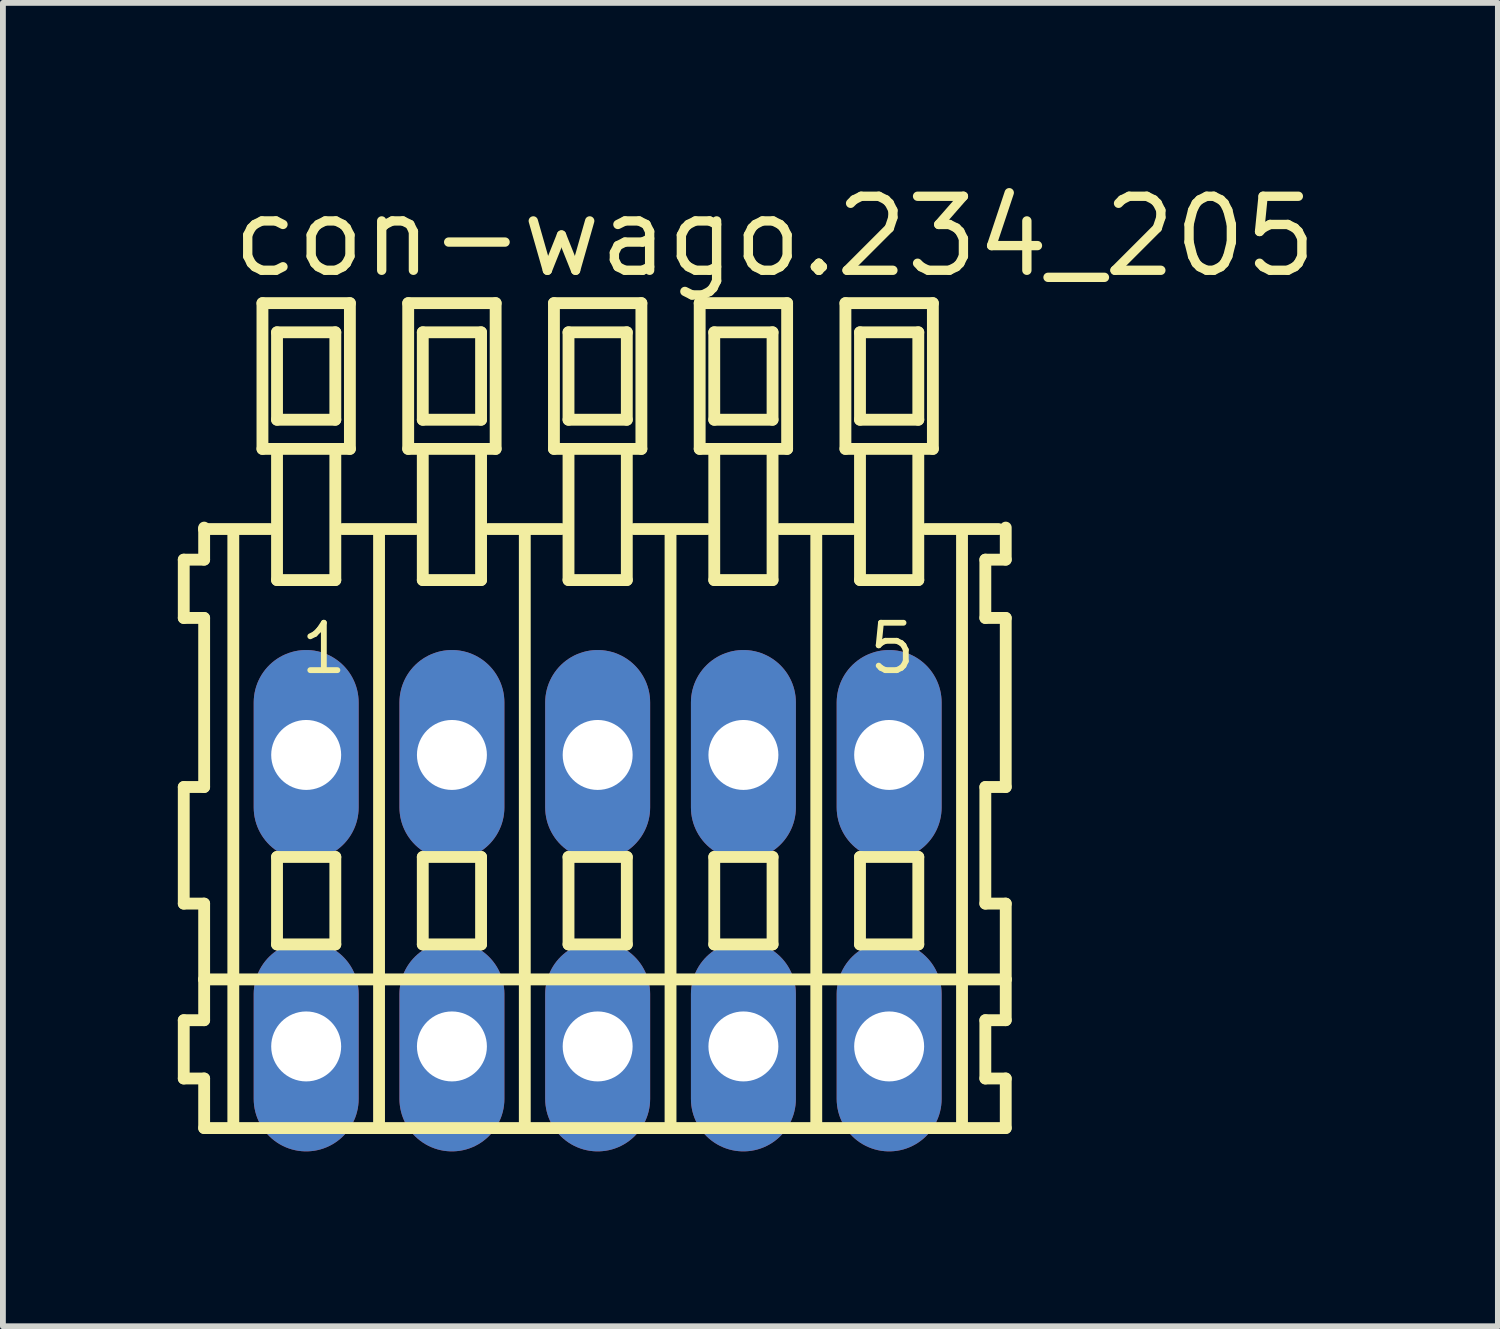
<source format=kicad_pcb>
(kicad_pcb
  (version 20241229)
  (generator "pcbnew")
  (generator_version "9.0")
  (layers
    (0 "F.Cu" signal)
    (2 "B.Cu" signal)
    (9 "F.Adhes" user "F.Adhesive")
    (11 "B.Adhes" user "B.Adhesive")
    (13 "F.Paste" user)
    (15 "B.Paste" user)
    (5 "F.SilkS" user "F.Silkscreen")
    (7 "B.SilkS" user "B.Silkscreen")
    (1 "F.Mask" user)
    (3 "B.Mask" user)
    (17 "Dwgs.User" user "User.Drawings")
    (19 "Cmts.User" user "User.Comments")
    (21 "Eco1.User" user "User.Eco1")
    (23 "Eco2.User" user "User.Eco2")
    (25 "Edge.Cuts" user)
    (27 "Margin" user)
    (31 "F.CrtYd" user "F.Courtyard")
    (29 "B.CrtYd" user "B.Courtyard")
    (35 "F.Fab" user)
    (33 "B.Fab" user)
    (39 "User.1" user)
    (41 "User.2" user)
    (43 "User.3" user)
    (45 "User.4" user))
  (footprint "con-wago.234_205"
    (layer "F.Cu")
    (at 7.202 12.4)
    (property "Reference" "con-wago.234_205" (at -6.35 -10.65 0) (layer "F.SilkS") (effects (font (size 1.27 1.27) (thickness 0.16)) (justify left bottom)))
    (attr through_hole)
    (fp_line (start -7.1 -5.85) (end -7.1 -4.85) (stroke (width 0.203) (type default)) (layer "F.SilkS"))
    (fp_line (start -7.1 -4.85) (end -6.75 -4.85) (stroke (width 0.203) (type default)) (layer "F.SilkS"))
    (fp_line (start -7.1 -1.95) (end -7.1 0.05) (stroke (width 0.203) (type default)) (layer "F.SilkS"))
    (fp_line (start -7.1 0.05) (end -6.75 0.05) (stroke (width 0.203) (type default)) (layer "F.SilkS"))
    (fp_line (start -7.1 2.05) (end -7.1 3.05) (stroke (width 0.203) (type default)) (layer "F.SilkS"))
    (fp_line (start -7.1 3.05) (end -6.75 3.05) (stroke (width 0.203) (type default)) (layer "F.SilkS"))
    (fp_line (start -6.75 -6.4) (end -6.75 -6.375) (stroke (width 0.203) (type default)) (layer "F.SilkS"))
    (fp_line (start -6.75 -6.375) (end -6.75 -5.85) (stroke (width 0.203) (type default)) (layer "F.SilkS"))
    (fp_line (start -6.75 -6.375) (end -5.625 -6.375) (stroke (width 0.203) (type default)) (layer "F.SilkS"))
    (fp_line (start -6.75 -5.85) (end -7.1 -5.85) (stroke (width 0.203) (type default)) (layer "F.SilkS"))
    (fp_line (start -6.75 -4.85) (end -6.75 -1.95) (stroke (width 0.203) (type default)) (layer "F.SilkS"))
    (fp_line (start -6.75 -1.95) (end -7.1 -1.95) (stroke (width 0.203) (type default)) (layer "F.SilkS"))
    (fp_line (start -6.75 0.05) (end -6.75 1.35) (stroke (width 0.203) (type default)) (layer "F.SilkS"))
    (fp_line (start -6.75 1.35) (end -6.75 2.05) (stroke (width 0.203) (type default)) (layer "F.SilkS"))
    (fp_line (start -6.75 1.35) (end 7 1.35) (stroke (width 0.203) (type default)) (layer "F.SilkS"))
    (fp_line (start -6.75 2.05) (end -7.1 2.05) (stroke (width 0.203) (type default)) (layer "F.SilkS"))
    (fp_line (start -6.75 3.05) (end -6.75 3.9) (stroke (width 0.203) (type default)) (layer "F.SilkS"))
    (fp_line (start -6.75 3.9) (end 7 3.9) (stroke (width 0.203) (type default)) (layer "F.SilkS"))
    (fp_line (start -6.25 -6.35) (end -6.25 3.8) (stroke (width 0.203) (type default)) (layer "F.SilkS"))
    (fp_line (start -5.75 -10.25) (end -5.75 -7.75) (stroke (width 0.203) (type default)) (layer "F.SilkS"))
    (fp_line (start -5.75 -7.75) (end -5.5 -7.75) (stroke (width 0.203) (type default)) (layer "F.SilkS"))
    (fp_line (start -5.5 -9.75) (end -5.5 -8.25) (stroke (width 0.203) (type default)) (layer "F.SilkS"))
    (fp_line (start -5.5 -8.25) (end -4.5 -8.25) (stroke (width 0.203) (type default)) (layer "F.SilkS"))
    (fp_line (start -5.5 -7.75) (end -5.5 -5.5) (stroke (width 0.203) (type default)) (layer "F.SilkS"))
    (fp_line (start -5.5 -7.75) (end -4.5 -7.75) (stroke (width 0.203) (type default)) (layer "F.SilkS"))
    (fp_line (start -5.5 -5.5) (end -4.5 -5.5) (stroke (width 0.203) (type default)) (layer "F.SilkS"))
    (fp_line (start -5.5 -0.75) (end -5.5 0.75) (stroke (width 0.203) (type default)) (layer "F.SilkS"))
    (fp_line (start -5.5 0.75) (end -4.5 0.75) (stroke (width 0.203) (type default)) (layer "F.SilkS"))
    (fp_line (start -4.5 -9.75) (end -5.5 -9.75) (stroke (width 0.203) (type default)) (layer "F.SilkS"))
    (fp_line (start -4.5 -8.25) (end -4.5 -9.75) (stroke (width 0.203) (type default)) (layer "F.SilkS"))
    (fp_line (start -4.5 -7.75) (end -4.25 -7.75) (stroke (width 0.203) (type default)) (layer "F.SilkS"))
    (fp_line (start -4.5 -5.5) (end -4.5 -7.75) (stroke (width 0.203) (type default)) (layer "F.SilkS"))
    (fp_line (start -4.5 -0.75) (end -5.5 -0.75) (stroke (width 0.203) (type default)) (layer "F.SilkS"))
    (fp_line (start -4.5 0.75) (end -4.5 -0.75) (stroke (width 0.203) (type default)) (layer "F.SilkS"))
    (fp_line (start -4.375 -6.375) (end -3.125 -6.375) (stroke (width 0.203) (type default)) (layer "F.SilkS"))
    (fp_line (start -4.25 -10.25) (end -5.75 -10.25) (stroke (width 0.203) (type default)) (layer "F.SilkS"))
    (fp_line (start -4.25 -7.75) (end -4.25 -10.25) (stroke (width 0.203) (type default)) (layer "F.SilkS"))
    (fp_line (start -3.75 -6.35) (end -3.75 3.8) (stroke (width 0.203) (type default)) (layer "F.SilkS"))
    (fp_line (start -3.25 -10.25) (end -3.25 -7.75) (stroke (width 0.203) (type default)) (layer "F.SilkS"))
    (fp_line (start -3.25 -7.75) (end -3 -7.75) (stroke (width 0.203) (type default)) (layer "F.SilkS"))
    (fp_line (start -3 -9.75) (end -3 -8.25) (stroke (width 0.203) (type default)) (layer "F.SilkS"))
    (fp_line (start -3 -8.25) (end -2 -8.25) (stroke (width 0.203) (type default)) (layer "F.SilkS"))
    (fp_line (start -3 -7.75) (end -3 -5.5) (stroke (width 0.203) (type default)) (layer "F.SilkS"))
    (fp_line (start -3 -7.75) (end -2 -7.75) (stroke (width 0.203) (type default)) (layer "F.SilkS"))
    (fp_line (start -3 -5.5) (end -2 -5.5) (stroke (width 0.203) (type default)) (layer "F.SilkS"))
    (fp_line (start -3 -0.75) (end -3 0.75) (stroke (width 0.203) (type default)) (layer "F.SilkS"))
    (fp_line (start -3 0.75) (end -2 0.75) (stroke (width 0.203) (type default)) (layer "F.SilkS"))
    (fp_line (start -2 -9.75) (end -3 -9.75) (stroke (width 0.203) (type default)) (layer "F.SilkS"))
    (fp_line (start -2 -8.25) (end -2 -9.75) (stroke (width 0.203) (type default)) (layer "F.SilkS"))
    (fp_line (start -2 -7.75) (end -1.75 -7.75) (stroke (width 0.203) (type default)) (layer "F.SilkS"))
    (fp_line (start -2 -5.5) (end -2 -7.75) (stroke (width 0.203) (type default)) (layer "F.SilkS"))
    (fp_line (start -2 -0.75) (end -3 -0.75) (stroke (width 0.203) (type default)) (layer "F.SilkS"))
    (fp_line (start -2 0.75) (end -2 -0.75) (stroke (width 0.203) (type default)) (layer "F.SilkS"))
    (fp_line (start -1.875 -6.375) (end -0.625 -6.375) (stroke (width 0.203) (type default)) (layer "F.SilkS"))
    (fp_line (start -1.75 -10.25) (end -3.25 -10.25) (stroke (width 0.203) (type default)) (layer "F.SilkS"))
    (fp_line (start -1.75 -7.75) (end -1.75 -10.25) (stroke (width 0.203) (type default)) (layer "F.SilkS"))
    (fp_line (start -1.25 -6.35) (end -1.25 3.8) (stroke (width 0.203) (type default)) (layer "F.SilkS"))
    (fp_line (start -0.75 -10.25) (end -0.75 -7.75) (stroke (width 0.203) (type default)) (layer "F.SilkS"))
    (fp_line (start -0.75 -7.75) (end -0.5 -7.75) (stroke (width 0.203) (type default)) (layer "F.SilkS"))
    (fp_line (start -0.5 -9.75) (end -0.5 -8.25) (stroke (width 0.203) (type default)) (layer "F.SilkS"))
    (fp_line (start -0.5 -8.25) (end 0.5 -8.25) (stroke (width 0.203) (type default)) (layer "F.SilkS"))
    (fp_line (start -0.5 -7.75) (end -0.5 -5.5) (stroke (width 0.203) (type default)) (layer "F.SilkS"))
    (fp_line (start -0.5 -7.75) (end 0.5 -7.75) (stroke (width 0.203) (type default)) (layer "F.SilkS"))
    (fp_line (start -0.5 -5.5) (end 0.5 -5.5) (stroke (width 0.203) (type default)) (layer "F.SilkS"))
    (fp_line (start -0.5 -0.75) (end -0.5 0.75) (stroke (width 0.203) (type default)) (layer "F.SilkS"))
    (fp_line (start -0.5 0.75) (end 0.5 0.75) (stroke (width 0.203) (type default)) (layer "F.SilkS"))
    (fp_line (start 0.5 -9.75) (end -0.5 -9.75) (stroke (width 0.203) (type default)) (layer "F.SilkS"))
    (fp_line (start 0.5 -8.25) (end 0.5 -9.75) (stroke (width 0.203) (type default)) (layer "F.SilkS"))
    (fp_line (start 0.5 -7.75) (end 0.75 -7.75) (stroke (width 0.203) (type default)) (layer "F.SilkS"))
    (fp_line (start 0.5 -5.5) (end 0.5 -7.75) (stroke (width 0.203) (type default)) (layer "F.SilkS"))
    (fp_line (start 0.5 -0.75) (end -0.5 -0.75) (stroke (width 0.203) (type default)) (layer "F.SilkS"))
    (fp_line (start 0.5 0.75) (end 0.5 -0.75) (stroke (width 0.203) (type default)) (layer "F.SilkS"))
    (fp_line (start 0.625 -6.375) (end 1.875 -6.375) (stroke (width 0.203) (type default)) (layer "F.SilkS"))
    (fp_line (start 0.75 -10.25) (end -0.75 -10.25) (stroke (width 0.203) (type default)) (layer "F.SilkS"))
    (fp_line (start 0.75 -7.75) (end 0.75 -10.25) (stroke (width 0.203) (type default)) (layer "F.SilkS"))
    (fp_line (start 1.25 -6.35) (end 1.25 3.8) (stroke (width 0.203) (type default)) (layer "F.SilkS"))
    (fp_line (start 1.75 -10.25) (end 1.75 -7.75) (stroke (width 0.203) (type default)) (layer "F.SilkS"))
    (fp_line (start 1.75 -7.75) (end 2 -7.75) (stroke (width 0.203) (type default)) (layer "F.SilkS"))
    (fp_line (start 2 -9.75) (end 2 -8.25) (stroke (width 0.203) (type default)) (layer "F.SilkS"))
    (fp_line (start 2 -8.25) (end 3 -8.25) (stroke (width 0.203) (type default)) (layer "F.SilkS"))
    (fp_line (start 2 -7.75) (end 2 -5.5) (stroke (width 0.203) (type default)) (layer "F.SilkS"))
    (fp_line (start 2 -7.75) (end 3 -7.75) (stroke (width 0.203) (type default)) (layer "F.SilkS"))
    (fp_line (start 2 -5.5) (end 3 -5.5) (stroke (width 0.203) (type default)) (layer "F.SilkS"))
    (fp_line (start 2 -0.75) (end 2 0.75) (stroke (width 0.203) (type default)) (layer "F.SilkS"))
    (fp_line (start 2 0.75) (end 3 0.75) (stroke (width 0.203) (type default)) (layer "F.SilkS"))
    (fp_line (start 3 -9.75) (end 2 -9.75) (stroke (width 0.203) (type default)) (layer "F.SilkS"))
    (fp_line (start 3 -8.25) (end 3 -9.75) (stroke (width 0.203) (type default)) (layer "F.SilkS"))
    (fp_line (start 3 -7.75) (end 3.25 -7.75) (stroke (width 0.203) (type default)) (layer "F.SilkS"))
    (fp_line (start 3 -5.5) (end 3 -7.75) (stroke (width 0.203) (type default)) (layer "F.SilkS"))
    (fp_line (start 3 -0.75) (end 2 -0.75) (stroke (width 0.203) (type default)) (layer "F.SilkS"))
    (fp_line (start 3 0.75) (end 3 -0.75) (stroke (width 0.203) (type default)) (layer "F.SilkS"))
    (fp_line (start 3.125 -6.375) (end 4.375 -6.375) (stroke (width 0.203) (type default)) (layer "F.SilkS"))
    (fp_line (start 3.25 -10.25) (end 1.75 -10.25) (stroke (width 0.203) (type default)) (layer "F.SilkS"))
    (fp_line (start 3.25 -7.75) (end 3.25 -10.25) (stroke (width 0.203) (type default)) (layer "F.SilkS"))
    (fp_line (start 3.75 -6.35) (end 3.75 3.8) (stroke (width 0.203) (type default)) (layer "F.SilkS"))
    (fp_line (start 4.25 -10.25) (end 4.25 -7.75) (stroke (width 0.203) (type default)) (layer "F.SilkS"))
    (fp_line (start 4.25 -7.75) (end 4.5 -7.75) (stroke (width 0.203) (type default)) (layer "F.SilkS"))
    (fp_line (start 4.5 -9.75) (end 4.5 -8.25) (stroke (width 0.203) (type default)) (layer "F.SilkS"))
    (fp_line (start 4.5 -8.25) (end 5.5 -8.25) (stroke (width 0.203) (type default)) (layer "F.SilkS"))
    (fp_line (start 4.5 -7.75) (end 4.5 -5.5) (stroke (width 0.203) (type default)) (layer "F.SilkS"))
    (fp_line (start 4.5 -7.75) (end 5.5 -7.75) (stroke (width 0.203) (type default)) (layer "F.SilkS"))
    (fp_line (start 4.5 -5.5) (end 5.5 -5.5) (stroke (width 0.203) (type default)) (layer "F.SilkS"))
    (fp_line (start 4.5 -0.75) (end 4.5 0.75) (stroke (width 0.203) (type default)) (layer "F.SilkS"))
    (fp_line (start 4.5 0.75) (end 5.5 0.75) (stroke (width 0.203) (type default)) (layer "F.SilkS"))
    (fp_line (start 5.5 -9.75) (end 4.5 -9.75) (stroke (width 0.203) (type default)) (layer "F.SilkS"))
    (fp_line (start 5.5 -8.25) (end 5.5 -9.75) (stroke (width 0.203) (type default)) (layer "F.SilkS"))
    (fp_line (start 5.5 -7.75) (end 5.75 -7.75) (stroke (width 0.203) (type default)) (layer "F.SilkS"))
    (fp_line (start 5.5 -5.5) (end 5.5 -7.75) (stroke (width 0.203) (type default)) (layer "F.SilkS"))
    (fp_line (start 5.5 -0.75) (end 4.5 -0.75) (stroke (width 0.203) (type default)) (layer "F.SilkS"))
    (fp_line (start 5.5 0.75) (end 5.5 -0.75) (stroke (width 0.203) (type default)) (layer "F.SilkS"))
    (fp_line (start 5.625 -6.375) (end 6.875 -6.375) (stroke (width 0.203) (type default)) (layer "F.SilkS"))
    (fp_line (start 5.75 -10.25) (end 4.25 -10.25) (stroke (width 0.203) (type default)) (layer "F.SilkS"))
    (fp_line (start 5.75 -7.75) (end 5.75 -10.25) (stroke (width 0.203) (type default)) (layer "F.SilkS"))
    (fp_line (start 6.25 -6.35) (end 6.25 3.8) (stroke (width 0.203) (type default)) (layer "F.SilkS"))
    (fp_line (start 6.65 -5.85) (end 6.65 -4.85) (stroke (width 0.203) (type default)) (layer "F.SilkS"))
    (fp_line (start 6.65 -4.85) (end 7 -4.85) (stroke (width 0.203) (type default)) (layer "F.SilkS"))
    (fp_line (start 6.65 -1.95) (end 6.65 0.05) (stroke (width 0.203) (type default)) (layer "F.SilkS"))
    (fp_line (start 6.65 0.05) (end 7 0.05) (stroke (width 0.203) (type default)) (layer "F.SilkS"))
    (fp_line (start 6.65 2.05) (end 6.65 3.05) (stroke (width 0.203) (type default)) (layer "F.SilkS"))
    (fp_line (start 6.65 3.05) (end 7 3.05) (stroke (width 0.203) (type default)) (layer "F.SilkS"))
    (fp_line (start 7 -5.85) (end 6.65 -5.85) (stroke (width 0.203) (type default)) (layer "F.SilkS"))
    (fp_line (start 7 -5.85) (end 7 -6.4) (stroke (width 0.203) (type default)) (layer "F.SilkS"))
    (fp_line (start 7 -1.95) (end 6.65 -1.95) (stroke (width 0.203) (type default)) (layer "F.SilkS"))
    (fp_line (start 7 -1.95) (end 7 -4.85) (stroke (width 0.203) (type default)) (layer "F.SilkS"))
    (fp_line (start 7 1.35) (end 7 0.05) (stroke (width 0.203) (type default)) (layer "F.SilkS"))
    (fp_line (start 7 2.05) (end 6.65 2.05) (stroke (width 0.203) (type default)) (layer "F.SilkS"))
    (fp_line (start 7 2.05) (end 7 1.35) (stroke (width 0.203) (type default)) (layer "F.SilkS"))
    (fp_line (start 7 3.9) (end 7 3.05) (stroke (width 0.203) (type default)) (layer "F.SilkS"))
    (fp_text user "5" (at 4.6 -3.85 0) (layer "F.SilkS") (effects (font (size 0.813 0.813) (thickness 0.1)) (justify left bottom)))
    (fp_text user "1" (at -5.15 -3.85 0) (layer "F.SilkS") (effects (font (size 0.813 0.813) (thickness 0.1)) (justify left bottom)))
    (pad "A1" thru_hole oval (at -5 -2.5 90) (size 3.6 1.8) (drill 1.2) (layers "*.Cu" "*.Mask"))
    (pad "A2" thru_hole oval (at -2.5 -2.5 90) (size 3.6 1.8) (drill 1.2) (layers "*.Cu" "*.Mask"))
    (pad "A3" thru_hole oval (at 0 -2.5 90) (size 3.6 1.8) (drill 1.2) (layers "*.Cu" "*.Mask"))
    (pad "A4" thru_hole oval (at 2.5 -2.5 90) (size 3.6 1.8) (drill 1.2) (layers "*.Cu" "*.Mask"))
    (pad "A5" thru_hole oval (at 5 -2.5 90) (size 3.6 1.8) (drill 1.2) (layers "*.Cu" "*.Mask"))
    (pad "B1" thru_hole oval (at -5 2.5 90) (size 3.6 1.8) (drill 1.2) (layers "*.Cu" "*.Mask"))
    (pad "B2" thru_hole oval (at -2.5 2.5 90) (size 3.6 1.8) (drill 1.2) (layers "*.Cu" "*.Mask"))
    (pad "B3" thru_hole oval (at 0 2.5 90) (size 3.6 1.8) (drill 1.2) (layers "*.Cu" "*.Mask"))
    (pad "B4" thru_hole oval (at 2.5 2.5 90) (size 3.6 1.8) (drill 1.2) (layers "*.Cu" "*.Mask"))
    (pad "B5" thru_hole oval (at 5 2.5 90) (size 3.6 1.8) (drill 1.2) (layers "*.Cu" "*.Mask")))
  (gr_rect
    (start -3 -3)
    (end 22.644 19.7)
    (stroke (width 0.1) (type default))
    (fill no)
    (layer "Edge.Cuts")))
</source>
